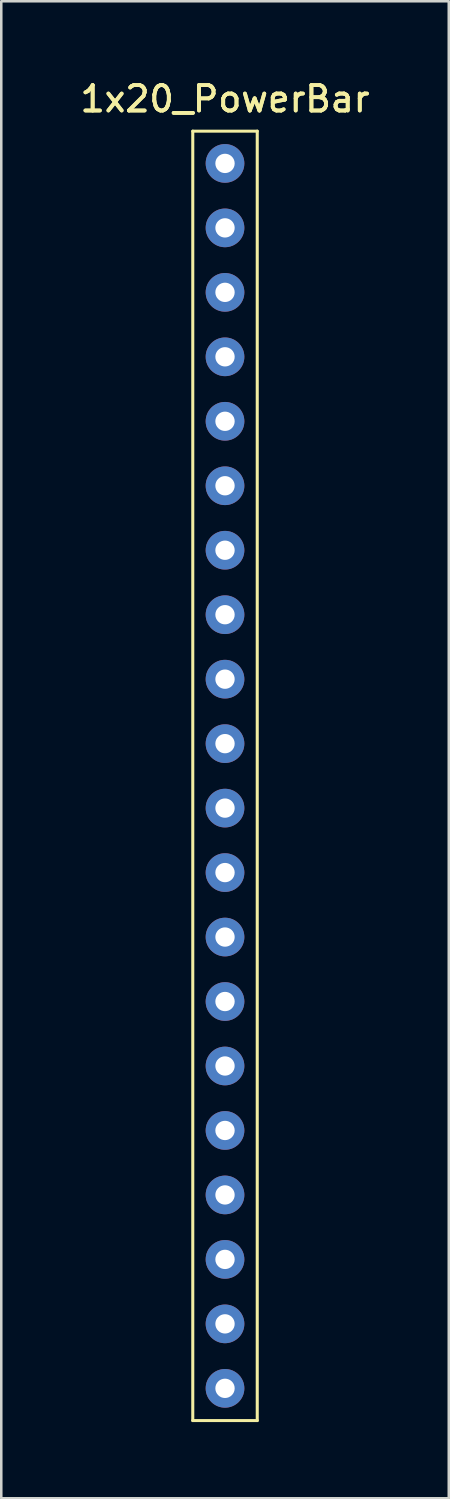
<source format=kicad_pcb>
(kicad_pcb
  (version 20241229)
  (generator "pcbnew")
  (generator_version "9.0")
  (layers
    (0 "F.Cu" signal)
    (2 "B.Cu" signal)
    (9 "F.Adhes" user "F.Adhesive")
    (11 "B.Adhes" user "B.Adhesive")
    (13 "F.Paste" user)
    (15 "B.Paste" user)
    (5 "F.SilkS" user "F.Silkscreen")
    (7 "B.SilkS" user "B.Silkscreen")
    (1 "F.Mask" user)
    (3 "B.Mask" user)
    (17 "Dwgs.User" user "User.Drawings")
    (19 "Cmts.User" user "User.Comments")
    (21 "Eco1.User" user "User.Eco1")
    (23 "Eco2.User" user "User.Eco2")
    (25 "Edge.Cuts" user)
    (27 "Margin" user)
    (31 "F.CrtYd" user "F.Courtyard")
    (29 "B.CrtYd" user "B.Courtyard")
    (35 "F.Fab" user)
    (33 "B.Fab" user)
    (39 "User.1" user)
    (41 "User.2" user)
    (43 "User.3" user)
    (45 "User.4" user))
  (footprint "1x20_PowerBar"
    (layer "F.Cu")
    (at 5.815 3.388)
    (property "Reference" "1x20_PowerBar" (at 0 -2.54 0) (layer "F.SilkS") (effects (font (size 1 1) (thickness 0.15))))
    (property "Value" "1x20_PowerBar" (at 0 -0.5 0) (layer "F.Fab") (hide yes) (effects (font (size 1 1) (thickness 0.15))))
    (attr through_hole)
    (fp_line (start -1.27 -1.27) (end -1.27 49.53) (stroke (width 0.12) (type solid)) (layer "F.SilkS"))
    (fp_line (start -1.27 49.53) (end 1.27 49.53) (stroke (width 0.12) (type solid)) (layer "F.SilkS"))
    (fp_line (start 1.27 -1.27) (end -1.27 -1.27) (stroke (width 0.12) (type solid)) (layer "F.SilkS"))
    (fp_line (start 1.27 49.53) (end 1.27 -1.27) (stroke (width 0.12) (type solid)) (layer "F.SilkS"))
    (fp_text user "${VALUE}" (at 0 -2.54 0) (layer "F.SilkS") (effects (font (size 1 1) (thickness 0.15))))
    (pad "1" thru_hole circle (at 0 0) (size 1.524 1.524) (drill 0.762) (layers "*.Cu" "*.Mask"))
    (pad "1" thru_hole circle (at 0 2.54) (size 1.524 1.524) (drill 0.762) (layers "*.Cu" "*.Mask"))
    (pad "1" thru_hole circle (at 0 5.08) (size 1.524 1.524) (drill 0.762) (layers "*.Cu" "*.Mask"))
    (pad "1" thru_hole circle (at 0 7.62) (size 1.524 1.524) (drill 0.762) (layers "*.Cu" "*.Mask"))
    (pad "1" thru_hole circle (at 0 10.16) (size 1.524 1.524) (drill 0.762) (layers "*.Cu" "*.Mask"))
    (pad "1" thru_hole circle (at 0 12.7) (size 1.524 1.524) (drill 0.762) (layers "*.Cu" "*.Mask"))
    (pad "1" thru_hole circle (at 0 15.24) (size 1.524 1.524) (drill 0.762) (layers "*.Cu" "*.Mask"))
    (pad "1" thru_hole circle (at 0 17.78) (size 1.524 1.524) (drill 0.762) (layers "*.Cu" "*.Mask"))
    (pad "1" thru_hole circle (at 0 20.32) (size 1.524 1.524) (drill 0.762) (layers "*.Cu" "*.Mask"))
    (pad "1" thru_hole circle (at 0 22.86) (size 1.524 1.524) (drill 0.762) (layers "*.Cu" "*.Mask"))
    (pad "1" thru_hole circle (at 0 25.4) (size 1.524 1.524) (drill 0.762) (layers "*.Cu" "*.Mask"))
    (pad "1" thru_hole circle (at 0 27.94) (size 1.524 1.524) (drill 0.762) (layers "*.Cu" "*.Mask"))
    (pad "1" thru_hole circle (at 0 30.48) (size 1.524 1.524) (drill 0.762) (layers "*.Cu" "*.Mask"))
    (pad "1" thru_hole circle (at 0 33.02) (size 1.524 1.524) (drill 0.762) (layers "*.Cu" "*.Mask"))
    (pad "1" thru_hole circle (at 0 35.56) (size 1.524 1.524) (drill 0.762) (layers "*.Cu" "*.Mask"))
    (pad "1" thru_hole circle (at 0 38.1) (size 1.524 1.524) (drill 0.762) (layers "*.Cu" "*.Mask"))
    (pad "1" thru_hole circle (at 0 40.64) (size 1.524 1.524) (drill 0.762) (layers "*.Cu" "*.Mask"))
    (pad "1" thru_hole circle (at 0 43.18) (size 1.524 1.524) (drill 0.762) (layers "*.Cu" "*.Mask"))
    (pad "1" thru_hole circle (at 0 45.72) (size 1.524 1.524) (drill 0.762) (layers "*.Cu" "*.Mask"))
    (pad "1" thru_hole circle (at 0 48.26) (size 1.524 1.524) (drill 0.762) (layers "*.Cu" "*.Mask")))
  (gr_rect
    (start -3 -3)
    (end 14.631 55.978)
    (stroke (width 0.1) (type default))
    (fill no)
    (layer "Edge.Cuts")))
</source>
